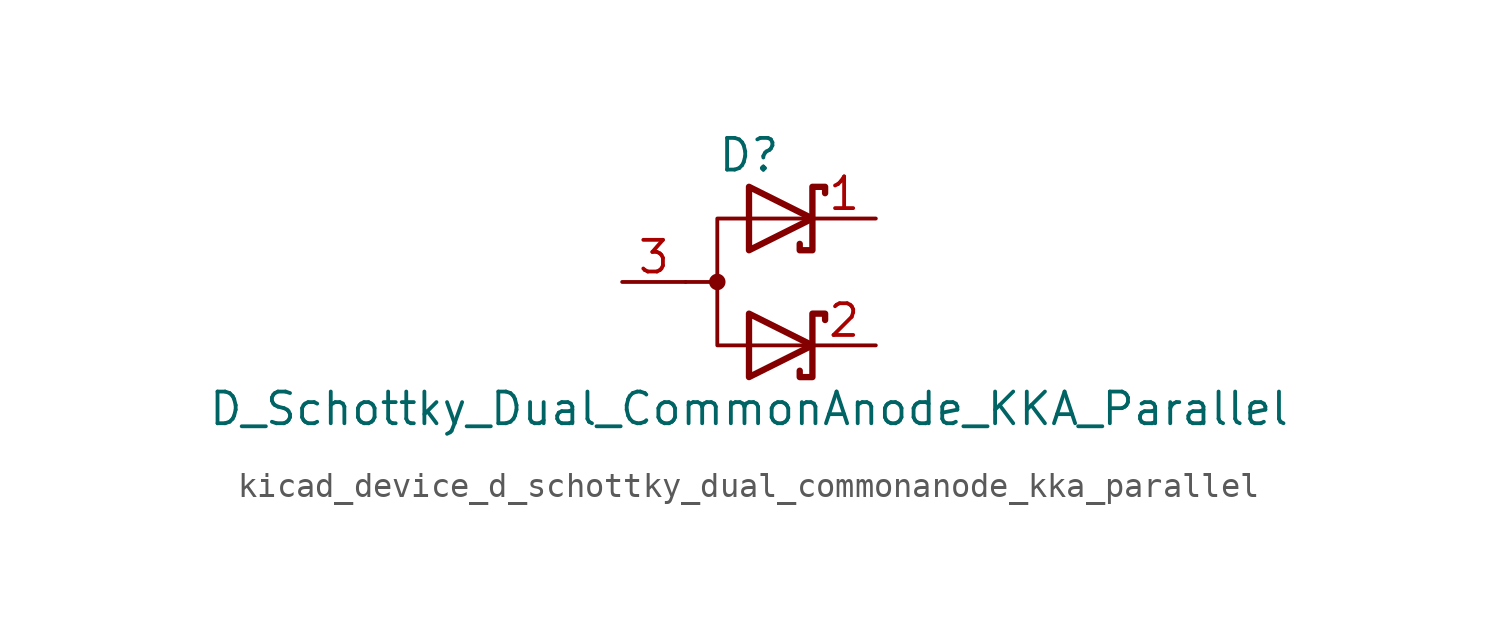
<source format=kicad_sym>
(kicad_symbol_lib
  (version 20220914)
  (generator kicad_symbol_editor)
  (symbol "kicad_device_d_schottky_dual_commonanode_kka_parallel"
    (pin_names
      (offset 0.762) hide)
    (property "Reference" "D"
      (at 0 5.08 0)
      (effects (font (size 1.27 1.27))))
    (property "Value" "D_Schottky_Dual_CommonAnode_KKA_Parallel"
      (at 0 -5.08 0)
      (effects (font (size 1.27 1.27))))
    (symbol "kicad_device_d_schottky_dual_commonanode_kka_parallel_0_1"
      (circle (center -1.27 0) (radius 0.254) (stroke (width 0) (type default)) (fill (type outline)))
      (polyline (pts (xy -1.27 0) (xy -2.54 0)) (stroke (width 0) (type default)) (fill (type none)))
      (polyline (pts (xy 2.54 2.54) (xy -1.27 2.54) (xy -1.27 -2.54) (xy 2.54 -2.54)) (stroke (width 0) (type default)) (fill (type none)))
      (polyline (pts (xy 0 -1.27) (xy 2.54 -2.54) (xy 0 -3.81) (xy 0 -1.27) (xy 0 -1.27) (xy 0 -1.27)) (stroke (width 0.254) (type default)) (fill (type none)))
      (polyline (pts (xy 0 3.81) (xy 2.54 2.54) (xy 0 1.27) (xy 0 3.81) (xy 0 3.81) (xy 0 3.81)) (stroke (width 0.254) (type default)) (fill (type none)))
      (polyline (pts (xy 3.048 -1.524) (xy 3.048 -1.27) (xy 2.54 -1.27) (xy 2.54 -3.81) (xy 2.032 -3.81) (xy 2.032 -3.556)) (stroke (width 0.254) (type default)) (fill (type none)))
      (polyline (pts (xy 3.048 3.556) (xy 3.048 3.81) (xy 2.54 3.81) (xy 2.54 1.27) (xy 2.032 1.27) (xy 2.032 1.524)) (stroke (width 0.254) (type default)) (fill (type none)))
      (pin passive line (at 5.08 2.54 180) (length 2.54) (name "K" (effects (font (size 1.27 1.27)))) (number "1" (effects (font (size 1.27 1.27)))))
      (pin passive line (at 5.08 -2.54 180) (length 2.54) (name "K" (effects (font (size 1.27 1.27)))) (number "2" (effects (font (size 1.27 1.27)))))
      (pin passive line (at -5.08 0 0) (length 2.54) (name "A" (effects (font (size 1.27 1.27)))) (number "3" (effects (font (size 1.27 1.27))))))))
</source>
